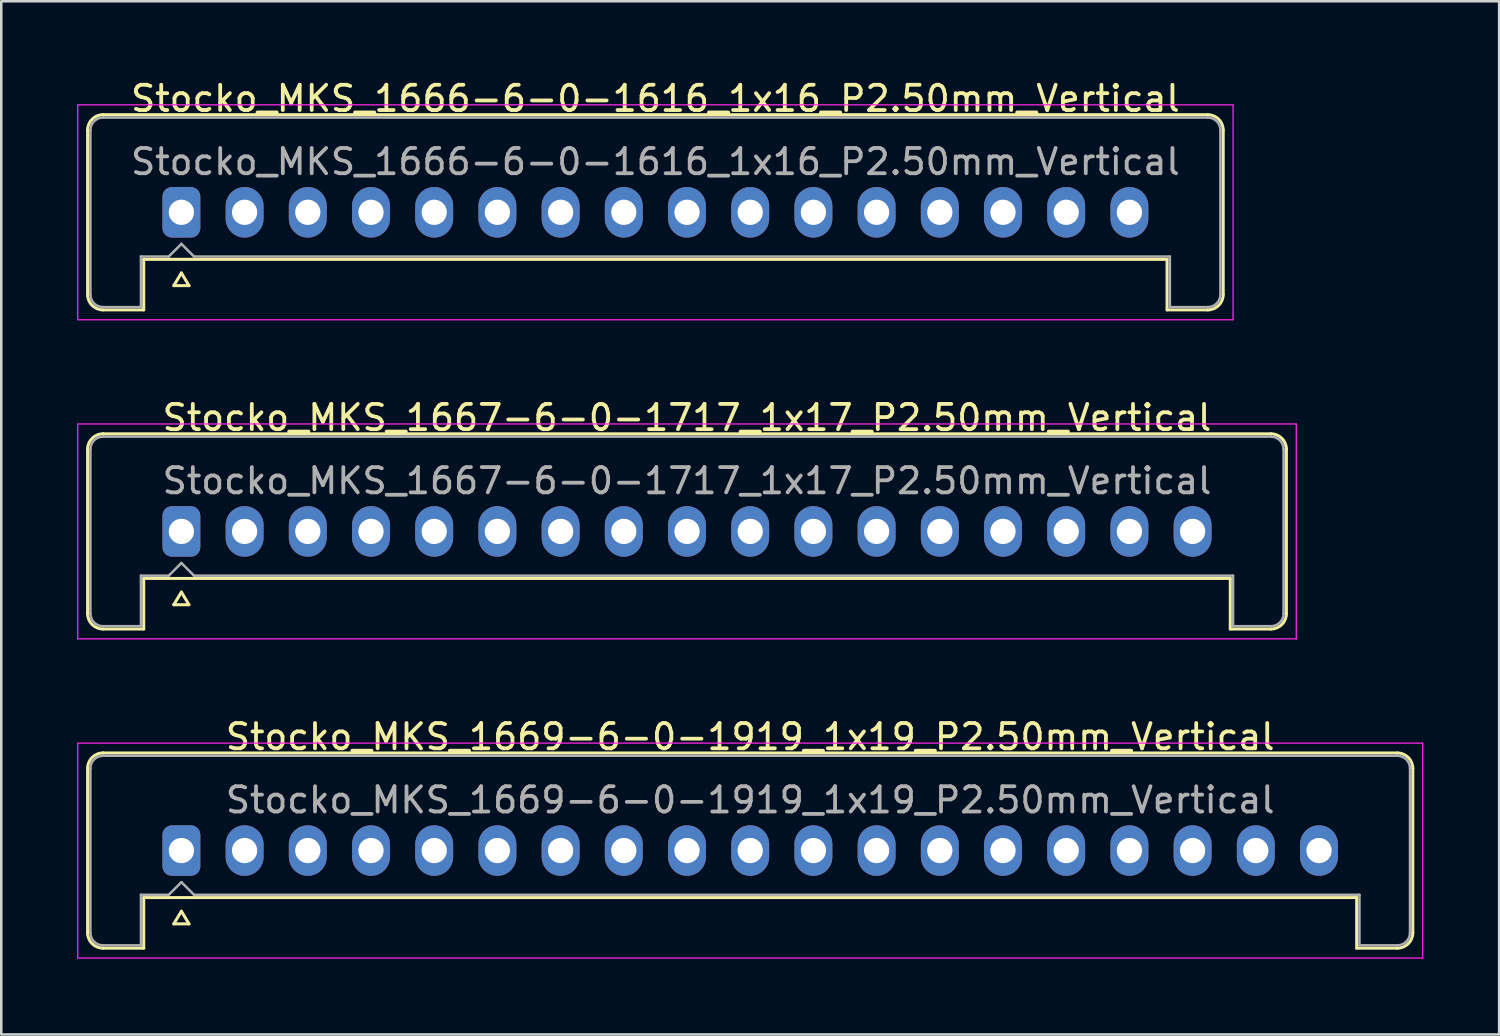
<source format=kicad_pcb>
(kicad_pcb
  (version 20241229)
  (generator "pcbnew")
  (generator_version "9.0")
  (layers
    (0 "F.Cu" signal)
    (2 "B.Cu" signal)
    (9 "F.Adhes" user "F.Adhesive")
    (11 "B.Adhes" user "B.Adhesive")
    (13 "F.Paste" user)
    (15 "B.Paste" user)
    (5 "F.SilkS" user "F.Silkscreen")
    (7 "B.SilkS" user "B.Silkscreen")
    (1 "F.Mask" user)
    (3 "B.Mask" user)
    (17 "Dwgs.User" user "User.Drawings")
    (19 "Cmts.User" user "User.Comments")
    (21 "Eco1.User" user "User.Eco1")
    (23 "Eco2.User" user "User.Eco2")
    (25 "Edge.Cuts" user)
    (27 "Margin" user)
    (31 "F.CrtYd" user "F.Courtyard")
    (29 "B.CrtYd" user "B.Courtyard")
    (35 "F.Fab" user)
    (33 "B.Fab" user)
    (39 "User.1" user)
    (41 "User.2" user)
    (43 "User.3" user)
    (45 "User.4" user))
  (footprint "Stocko_MKS_1669-6-0-1919_1x19_P2.50mm_Vertical"
    (layer "F.Cu")
    (at 4.125 30.595)
    (property "Reference" "Stocko_MKS_1669-6-0-1919_1x19_P2.50mm_Vertical" (at 22.5 -4.5 0) (layer "F.SilkS") (effects (font (size 1 1) (thickness 0.15))))
    (attr through_hole)
    (fp_line (start -3.71 -3.25) (end -3.71 3.25) (stroke (width 0.12) (type solid)) (layer "F.SilkS"))
    (fp_line (start -3.1 -3.86) (end 48.1 -3.86) (stroke (width 0.12) (type solid)) (layer "F.SilkS"))
    (fp_line (start -3.1 3.86) (end -1.49 3.86) (stroke (width 0.12) (type solid)) (layer "F.SilkS"))
    (fp_line (start -1.49 1.86) (end 46.49 1.86) (stroke (width 0.12) (type solid)) (layer "F.SilkS"))
    (fp_line (start -1.49 3.86) (end -1.49 1.86) (stroke (width 0.12) (type solid)) (layer "F.SilkS"))
    (fp_line (start -0.3 2.9) (end 0.3 2.9) (stroke (width 0.12) (type solid)) (layer "F.SilkS"))
    (fp_line (start 0 2.4) (end -0.3 2.9) (stroke (width 0.12) (type solid)) (layer "F.SilkS"))
    (fp_line (start 0.3 2.9) (end 0 2.4) (stroke (width 0.12) (type solid)) (layer "F.SilkS"))
    (fp_line (start 46.49 3.86) (end 46.49 1.86) (stroke (width 0.12) (type solid)) (layer "F.SilkS"))
    (fp_line (start 48.1 3.86) (end 46.49 3.86) (stroke (width 0.12) (type solid)) (layer "F.SilkS"))
    (fp_line (start 48.71 -3.25) (end 48.71 3.25) (stroke (width 0.12) (type solid)) (layer "F.SilkS"))
    (fp_arc (start -3.71 -3.25) (mid -3.531335 -3.681335) (end -3.1 -3.86) (stroke (width 0.12) (type solid)) (layer "F.SilkS"))
    (fp_arc (start -3.1 3.86) (mid -3.531335 3.681335) (end -3.71 3.25) (stroke (width 0.12) (type solid)) (layer "F.SilkS"))
    (fp_arc (start 48.1 -3.86) (mid 48.531335 -3.681335) (end 48.71 -3.25) (stroke (width 0.12) (type solid)) (layer "F.SilkS"))
    (fp_arc (start 48.71 3.25) (mid 48.531335 3.681335) (end 48.1 3.86) (stroke (width 0.12) (type solid)) (layer "F.SilkS"))
    (fp_line (start -4.1 -4.25) (end -4.1 4.25) (stroke (width 0.05) (type solid)) (layer "F.CrtYd"))
    (fp_line (start -4.1 4.25) (end 49.1 4.25) (stroke (width 0.05) (type solid)) (layer "F.CrtYd"))
    (fp_line (start 49.1 -4.25) (end -4.1 -4.25) (stroke (width 0.05) (type solid)) (layer "F.CrtYd"))
    (fp_line (start 49.1 4.25) (end 49.1 -4.25) (stroke (width 0.05) (type solid)) (layer "F.CrtYd"))
    (fp_line (start -3.6 -3.25) (end -3.6 3.25) (stroke (width 0.1) (type solid)) (layer "F.Fab"))
    (fp_line (start -3.1 -3.75) (end 48.1 -3.75) (stroke (width 0.1) (type solid)) (layer "F.Fab"))
    (fp_line (start -3.1 3.75) (end -1.6 3.75) (stroke (width 0.1) (type solid)) (layer "F.Fab"))
    (fp_line (start -1.6 1.75) (end -0.5 1.75) (stroke (width 0.1) (type solid)) (layer "F.Fab"))
    (fp_line (start -1.6 3.75) (end -1.6 1.75) (stroke (width 0.1) (type solid)) (layer "F.Fab"))
    (fp_line (start -0.5 1.75) (end 0 1.25) (stroke (width 0.1) (type solid)) (layer "F.Fab"))
    (fp_line (start 0 1.25) (end 0.5 1.75) (stroke (width 0.1) (type solid)) (layer "F.Fab"))
    (fp_line (start 0.5 1.75) (end 46.6 1.75) (stroke (width 0.1) (type solid)) (layer "F.Fab"))
    (fp_line (start 46.6 3.75) (end 46.6 1.75) (stroke (width 0.1) (type solid)) (layer "F.Fab"))
    (fp_line (start 48.1 3.75) (end 46.6 3.75) (stroke (width 0.1) (type solid)) (layer "F.Fab"))
    (fp_line (start 48.6 -3.25) (end 48.6 3.25) (stroke (width 0.1) (type solid)) (layer "F.Fab"))
    (fp_arc (start -3.6 -3.25) (mid -3.453553 -3.603553) (end -3.1 -3.75) (stroke (width 0.1) (type solid)) (layer "F.Fab"))
    (fp_arc (start -3.1 3.75) (mid -3.453553 3.603553) (end -3.6 3.25) (stroke (width 0.1) (type solid)) (layer "F.Fab"))
    (fp_arc (start 48.1 -3.75) (mid 48.453553 -3.603553) (end 48.6 -3.25) (stroke (width 0.1) (type solid)) (layer "F.Fab"))
    (fp_arc (start 48.6 3.25) (mid 48.453553 3.603553) (end 48.1 3.75) (stroke (width 0.1) (type solid)) (layer "F.Fab"))
    (fp_text user "${REFERENCE}" (at 22.5 -2 0) (layer "F.Fab") (effects (font (size 1 1) (thickness 0.15))))
    (pad "1" thru_hole roundrect (at 0 0) (size 1.5 2) (drill 1) (layers "*.Cu" "*.Mask") (roundrect_rratio 0.25))
    (pad "2" thru_hole oval (at 2.5 0) (size 1.5 2) (drill 1) (layers "*.Cu" "*.Mask"))
    (pad "3" thru_hole oval (at 5 0) (size 1.5 2) (drill 1) (layers "*.Cu" "*.Mask"))
    (pad "4" thru_hole oval (at 7.5 0) (size 1.5 2) (drill 1) (layers "*.Cu" "*.Mask"))
    (pad "5" thru_hole oval (at 10 0) (size 1.5 2) (drill 1) (layers "*.Cu" "*.Mask"))
    (pad "6" thru_hole oval (at 12.5 0) (size 1.5 2) (drill 1) (layers "*.Cu" "*.Mask"))
    (pad "7" thru_hole oval (at 15 0) (size 1.5 2) (drill 1) (layers "*.Cu" "*.Mask"))
    (pad "8" thru_hole oval (at 17.5 0) (size 1.5 2) (drill 1) (layers "*.Cu" "*.Mask"))
    (pad "9" thru_hole oval (at 20 0) (size 1.5 2) (drill 1) (layers "*.Cu" "*.Mask"))
    (pad "10" thru_hole oval (at 22.5 0) (size 1.5 2) (drill 1) (layers "*.Cu" "*.Mask"))
    (pad "11" thru_hole oval (at 25 0) (size 1.5 2) (drill 1) (layers "*.Cu" "*.Mask"))
    (pad "12" thru_hole oval (at 27.5 0) (size 1.5 2) (drill 1) (layers "*.Cu" "*.Mask"))
    (pad "13" thru_hole oval (at 30 0) (size 1.5 2) (drill 1) (layers "*.Cu" "*.Mask"))
    (pad "14" thru_hole oval (at 32.5 0) (size 1.5 2) (drill 1) (layers "*.Cu" "*.Mask"))
    (pad "15" thru_hole oval (at 35 0) (size 1.5 2) (drill 1) (layers "*.Cu" "*.Mask"))
    (pad "16" thru_hole oval (at 37.5 0) (size 1.5 2) (drill 1) (layers "*.Cu" "*.Mask"))
    (pad "17" thru_hole oval (at 40 0) (size 1.5 2) (drill 1) (layers "*.Cu" "*.Mask"))
    (pad "18" thru_hole oval (at 42.5 0) (size 1.5 2) (drill 1) (layers "*.Cu" "*.Mask"))
    (pad "19" thru_hole oval (at 45 0) (size 1.5 2) (drill 1) (layers "*.Cu" "*.Mask")))
  (footprint "Stocko_MKS_1666-6-0-1616_1x16_P2.50mm_Vertical"
    (layer "F.Cu")
    (at 4.125 5.348)
    (property "Reference" "Stocko_MKS_1666-6-0-1616_1x16_P2.50mm_Vertical" (at 18.75 -4.5 0) (layer "F.SilkS") (effects (font (size 1 1) (thickness 0.15))))
    (attr through_hole)
    (fp_line (start -3.71 -3.25) (end -3.71 3.25) (stroke (width 0.12) (type solid)) (layer "F.SilkS"))
    (fp_line (start -3.1 -3.86) (end 40.6 -3.86) (stroke (width 0.12) (type solid)) (layer "F.SilkS"))
    (fp_line (start -3.1 3.86) (end -1.49 3.86) (stroke (width 0.12) (type solid)) (layer "F.SilkS"))
    (fp_line (start -1.49 1.86) (end 38.99 1.86) (stroke (width 0.12) (type solid)) (layer "F.SilkS"))
    (fp_line (start -1.49 3.86) (end -1.49 1.86) (stroke (width 0.12) (type solid)) (layer "F.SilkS"))
    (fp_line (start -0.3 2.9) (end 0.3 2.9) (stroke (width 0.12) (type solid)) (layer "F.SilkS"))
    (fp_line (start 0 2.4) (end -0.3 2.9) (stroke (width 0.12) (type solid)) (layer "F.SilkS"))
    (fp_line (start 0.3 2.9) (end 0 2.4) (stroke (width 0.12) (type solid)) (layer "F.SilkS"))
    (fp_line (start 38.99 3.86) (end 38.99 1.86) (stroke (width 0.12) (type solid)) (layer "F.SilkS"))
    (fp_line (start 40.6 3.86) (end 38.99 3.86) (stroke (width 0.12) (type solid)) (layer "F.SilkS"))
    (fp_line (start 41.21 -3.25) (end 41.21 3.25) (stroke (width 0.12) (type solid)) (layer "F.SilkS"))
    (fp_arc (start -3.71 -3.25) (mid -3.531335 -3.681335) (end -3.1 -3.86) (stroke (width 0.12) (type solid)) (layer "F.SilkS"))
    (fp_arc (start -3.1 3.86) (mid -3.531335 3.681335) (end -3.71 3.25) (stroke (width 0.12) (type solid)) (layer "F.SilkS"))
    (fp_arc (start 40.6 -3.86) (mid 41.031335 -3.681335) (end 41.21 -3.25) (stroke (width 0.12) (type solid)) (layer "F.SilkS"))
    (fp_arc (start 41.21 3.25) (mid 41.031335 3.681335) (end 40.6 3.86) (stroke (width 0.12) (type solid)) (layer "F.SilkS"))
    (fp_line (start -4.1 -4.25) (end -4.1 4.25) (stroke (width 0.05) (type solid)) (layer "F.CrtYd"))
    (fp_line (start -4.1 4.25) (end 41.6 4.25) (stroke (width 0.05) (type solid)) (layer "F.CrtYd"))
    (fp_line (start 41.6 -4.25) (end -4.1 -4.25) (stroke (width 0.05) (type solid)) (layer "F.CrtYd"))
    (fp_line (start 41.6 4.25) (end 41.6 -4.25) (stroke (width 0.05) (type solid)) (layer "F.CrtYd"))
    (fp_line (start -3.6 -3.25) (end -3.6 3.25) (stroke (width 0.1) (type solid)) (layer "F.Fab"))
    (fp_line (start -3.1 -3.75) (end 40.6 -3.75) (stroke (width 0.1) (type solid)) (layer "F.Fab"))
    (fp_line (start -3.1 3.75) (end -1.6 3.75) (stroke (width 0.1) (type solid)) (layer "F.Fab"))
    (fp_line (start -1.6 1.75) (end -0.5 1.75) (stroke (width 0.1) (type solid)) (layer "F.Fab"))
    (fp_line (start -1.6 3.75) (end -1.6 1.75) (stroke (width 0.1) (type solid)) (layer "F.Fab"))
    (fp_line (start -0.5 1.75) (end 0 1.25) (stroke (width 0.1) (type solid)) (layer "F.Fab"))
    (fp_line (start 0 1.25) (end 0.5 1.75) (stroke (width 0.1) (type solid)) (layer "F.Fab"))
    (fp_line (start 0.5 1.75) (end 39.1 1.75) (stroke (width 0.1) (type solid)) (layer "F.Fab"))
    (fp_line (start 39.1 3.75) (end 39.1 1.75) (stroke (width 0.1) (type solid)) (layer "F.Fab"))
    (fp_line (start 40.6 3.75) (end 39.1 3.75) (stroke (width 0.1) (type solid)) (layer "F.Fab"))
    (fp_line (start 41.1 -3.25) (end 41.1 3.25) (stroke (width 0.1) (type solid)) (layer "F.Fab"))
    (fp_arc (start -3.6 -3.25) (mid -3.453553 -3.603553) (end -3.1 -3.75) (stroke (width 0.1) (type solid)) (layer "F.Fab"))
    (fp_arc (start -3.1 3.75) (mid -3.453553 3.603553) (end -3.6 3.25) (stroke (width 0.1) (type solid)) (layer "F.Fab"))
    (fp_arc (start 40.6 -3.75) (mid 40.953553 -3.603553) (end 41.1 -3.25) (stroke (width 0.1) (type solid)) (layer "F.Fab"))
    (fp_arc (start 41.1 3.25) (mid 40.953553 3.603553) (end 40.6 3.75) (stroke (width 0.1) (type solid)) (layer "F.Fab"))
    (fp_text user "${REFERENCE}" (at 18.75 -2 0) (layer "F.Fab") (effects (font (size 1 1) (thickness 0.15))))
    (pad "1" thru_hole roundrect (at 0 0) (size 1.5 2) (drill 1) (layers "*.Cu" "*.Mask") (roundrect_rratio 0.25))
    (pad "2" thru_hole oval (at 2.5 0) (size 1.5 2) (drill 1) (layers "*.Cu" "*.Mask"))
    (pad "3" thru_hole oval (at 5 0) (size 1.5 2) (drill 1) (layers "*.Cu" "*.Mask"))
    (pad "4" thru_hole oval (at 7.5 0) (size 1.5 2) (drill 1) (layers "*.Cu" "*.Mask"))
    (pad "5" thru_hole oval (at 10 0) (size 1.5 2) (drill 1) (layers "*.Cu" "*.Mask"))
    (pad "6" thru_hole oval (at 12.5 0) (size 1.5 2) (drill 1) (layers "*.Cu" "*.Mask"))
    (pad "7" thru_hole oval (at 15 0) (size 1.5 2) (drill 1) (layers "*.Cu" "*.Mask"))
    (pad "8" thru_hole oval (at 17.5 0) (size 1.5 2) (drill 1) (layers "*.Cu" "*.Mask"))
    (pad "9" thru_hole oval (at 20 0) (size 1.5 2) (drill 1) (layers "*.Cu" "*.Mask"))
    (pad "10" thru_hole oval (at 22.5 0) (size 1.5 2) (drill 1) (layers "*.Cu" "*.Mask"))
    (pad "11" thru_hole oval (at 25 0) (size 1.5 2) (drill 1) (layers "*.Cu" "*.Mask"))
    (pad "12" thru_hole oval (at 27.5 0) (size 1.5 2) (drill 1) (layers "*.Cu" "*.Mask"))
    (pad "13" thru_hole oval (at 30 0) (size 1.5 2) (drill 1) (layers "*.Cu" "*.Mask"))
    (pad "14" thru_hole oval (at 32.5 0) (size 1.5 2) (drill 1) (layers "*.Cu" "*.Mask"))
    (pad "15" thru_hole oval (at 35 0) (size 1.5 2) (drill 1) (layers "*.Cu" "*.Mask"))
    (pad "16" thru_hole oval (at 37.5 0) (size 1.5 2) (drill 1) (layers "*.Cu" "*.Mask")))
  (footprint "Stocko_MKS_1667-6-0-1717_1x17_P2.50mm_Vertical"
    (layer "F.Cu")
    (at 4.125 17.971)
    (property "Reference" "Stocko_MKS_1667-6-0-1717_1x17_P2.50mm_Vertical" (at 20 -4.5 0) (layer "F.SilkS") (effects (font (size 1 1) (thickness 0.15))))
    (attr through_hole)
    (fp_line (start -3.71 -3.25) (end -3.71 3.25) (stroke (width 0.12) (type solid)) (layer "F.SilkS"))
    (fp_line (start -3.1 -3.86) (end 43.1 -3.86) (stroke (width 0.12) (type solid)) (layer "F.SilkS"))
    (fp_line (start -3.1 3.86) (end -1.49 3.86) (stroke (width 0.12) (type solid)) (layer "F.SilkS"))
    (fp_line (start -1.49 1.86) (end 41.49 1.86) (stroke (width 0.12) (type solid)) (layer "F.SilkS"))
    (fp_line (start -1.49 3.86) (end -1.49 1.86) (stroke (width 0.12) (type solid)) (layer "F.SilkS"))
    (fp_line (start -0.3 2.9) (end 0.3 2.9) (stroke (width 0.12) (type solid)) (layer "F.SilkS"))
    (fp_line (start 0 2.4) (end -0.3 2.9) (stroke (width 0.12) (type solid)) (layer "F.SilkS"))
    (fp_line (start 0.3 2.9) (end 0 2.4) (stroke (width 0.12) (type solid)) (layer "F.SilkS"))
    (fp_line (start 41.49 3.86) (end 41.49 1.86) (stroke (width 0.12) (type solid)) (layer "F.SilkS"))
    (fp_line (start 43.1 3.86) (end 41.49 3.86) (stroke (width 0.12) (type solid)) (layer "F.SilkS"))
    (fp_line (start 43.71 -3.25) (end 43.71 3.25) (stroke (width 0.12) (type solid)) (layer "F.SilkS"))
    (fp_arc (start -3.71 -3.25) (mid -3.531335 -3.681335) (end -3.1 -3.86) (stroke (width 0.12) (type solid)) (layer "F.SilkS"))
    (fp_arc (start -3.1 3.86) (mid -3.531335 3.681335) (end -3.71 3.25) (stroke (width 0.12) (type solid)) (layer "F.SilkS"))
    (fp_arc (start 43.1 -3.86) (mid 43.531335 -3.681335) (end 43.71 -3.25) (stroke (width 0.12) (type solid)) (layer "F.SilkS"))
    (fp_arc (start 43.71 3.25) (mid 43.531335 3.681335) (end 43.1 3.86) (stroke (width 0.12) (type solid)) (layer "F.SilkS"))
    (fp_line (start -4.1 -4.25) (end -4.1 4.25) (stroke (width 0.05) (type solid)) (layer "F.CrtYd"))
    (fp_line (start -4.1 4.25) (end 44.1 4.25) (stroke (width 0.05) (type solid)) (layer "F.CrtYd"))
    (fp_line (start 44.1 -4.25) (end -4.1 -4.25) (stroke (width 0.05) (type solid)) (layer "F.CrtYd"))
    (fp_line (start 44.1 4.25) (end 44.1 -4.25) (stroke (width 0.05) (type solid)) (layer "F.CrtYd"))
    (fp_line (start -3.6 -3.25) (end -3.6 3.25) (stroke (width 0.1) (type solid)) (layer "F.Fab"))
    (fp_line (start -3.1 -3.75) (end 43.1 -3.75) (stroke (width 0.1) (type solid)) (layer "F.Fab"))
    (fp_line (start -3.1 3.75) (end -1.6 3.75) (stroke (width 0.1) (type solid)) (layer "F.Fab"))
    (fp_line (start -1.6 1.75) (end -0.5 1.75) (stroke (width 0.1) (type solid)) (layer "F.Fab"))
    (fp_line (start -1.6 3.75) (end -1.6 1.75) (stroke (width 0.1) (type solid)) (layer "F.Fab"))
    (fp_line (start -0.5 1.75) (end 0 1.25) (stroke (width 0.1) (type solid)) (layer "F.Fab"))
    (fp_line (start 0 1.25) (end 0.5 1.75) (stroke (width 0.1) (type solid)) (layer "F.Fab"))
    (fp_line (start 0.5 1.75) (end 41.6 1.75) (stroke (width 0.1) (type solid)) (layer "F.Fab"))
    (fp_line (start 41.6 3.75) (end 41.6 1.75) (stroke (width 0.1) (type solid)) (layer "F.Fab"))
    (fp_line (start 43.1 3.75) (end 41.6 3.75) (stroke (width 0.1) (type solid)) (layer "F.Fab"))
    (fp_line (start 43.6 -3.25) (end 43.6 3.25) (stroke (width 0.1) (type solid)) (layer "F.Fab"))
    (fp_arc (start -3.6 -3.25) (mid -3.453553 -3.603553) (end -3.1 -3.75) (stroke (width 0.1) (type solid)) (layer "F.Fab"))
    (fp_arc (start -3.1 3.75) (mid -3.453553 3.603553) (end -3.6 3.25) (stroke (width 0.1) (type solid)) (layer "F.Fab"))
    (fp_arc (start 43.1 -3.75) (mid 43.453553 -3.603553) (end 43.6 -3.25) (stroke (width 0.1) (type solid)) (layer "F.Fab"))
    (fp_arc (start 43.6 3.25) (mid 43.453553 3.603553) (end 43.1 3.75) (stroke (width 0.1) (type solid)) (layer "F.Fab"))
    (fp_text user "${REFERENCE}" (at 20 -2 0) (layer "F.Fab") (effects (font (size 1 1) (thickness 0.15))))
    (pad "1" thru_hole roundrect (at 0 0) (size 1.5 2) (drill 1) (layers "*.Cu" "*.Mask") (roundrect_rratio 0.25))
    (pad "2" thru_hole oval (at 2.5 0) (size 1.5 2) (drill 1) (layers "*.Cu" "*.Mask"))
    (pad "3" thru_hole oval (at 5 0) (size 1.5 2) (drill 1) (layers "*.Cu" "*.Mask"))
    (pad "4" thru_hole oval (at 7.5 0) (size 1.5 2) (drill 1) (layers "*.Cu" "*.Mask"))
    (pad "5" thru_hole oval (at 10 0) (size 1.5 2) (drill 1) (layers "*.Cu" "*.Mask"))
    (pad "6" thru_hole oval (at 12.5 0) (size 1.5 2) (drill 1) (layers "*.Cu" "*.Mask"))
    (pad "7" thru_hole oval (at 15 0) (size 1.5 2) (drill 1) (layers "*.Cu" "*.Mask"))
    (pad "8" thru_hole oval (at 17.5 0) (size 1.5 2) (drill 1) (layers "*.Cu" "*.Mask"))
    (pad "9" thru_hole oval (at 20 0) (size 1.5 2) (drill 1) (layers "*.Cu" "*.Mask"))
    (pad "10" thru_hole oval (at 22.5 0) (size 1.5 2) (drill 1) (layers "*.Cu" "*.Mask"))
    (pad "11" thru_hole oval (at 25 0) (size 1.5 2) (drill 1) (layers "*.Cu" "*.Mask"))
    (pad "12" thru_hole oval (at 27.5 0) (size 1.5 2) (drill 1) (layers "*.Cu" "*.Mask"))
    (pad "13" thru_hole oval (at 30 0) (size 1.5 2) (drill 1) (layers "*.Cu" "*.Mask"))
    (pad "14" thru_hole oval (at 32.5 0) (size 1.5 2) (drill 1) (layers "*.Cu" "*.Mask"))
    (pad "15" thru_hole oval (at 35 0) (size 1.5 2) (drill 1) (layers "*.Cu" "*.Mask"))
    (pad "16" thru_hole oval (at 37.5 0) (size 1.5 2) (drill 1) (layers "*.Cu" "*.Mask"))
    (pad "17" thru_hole oval (at 40 0) (size 1.5 2) (drill 1) (layers "*.Cu" "*.Mask")))
  (gr_rect
    (start -3 -3)
    (end 56.25 37.87)
    (stroke (width 0.1) (type default))
    (fill no)
    (layer "Edge.Cuts")))
</source>
